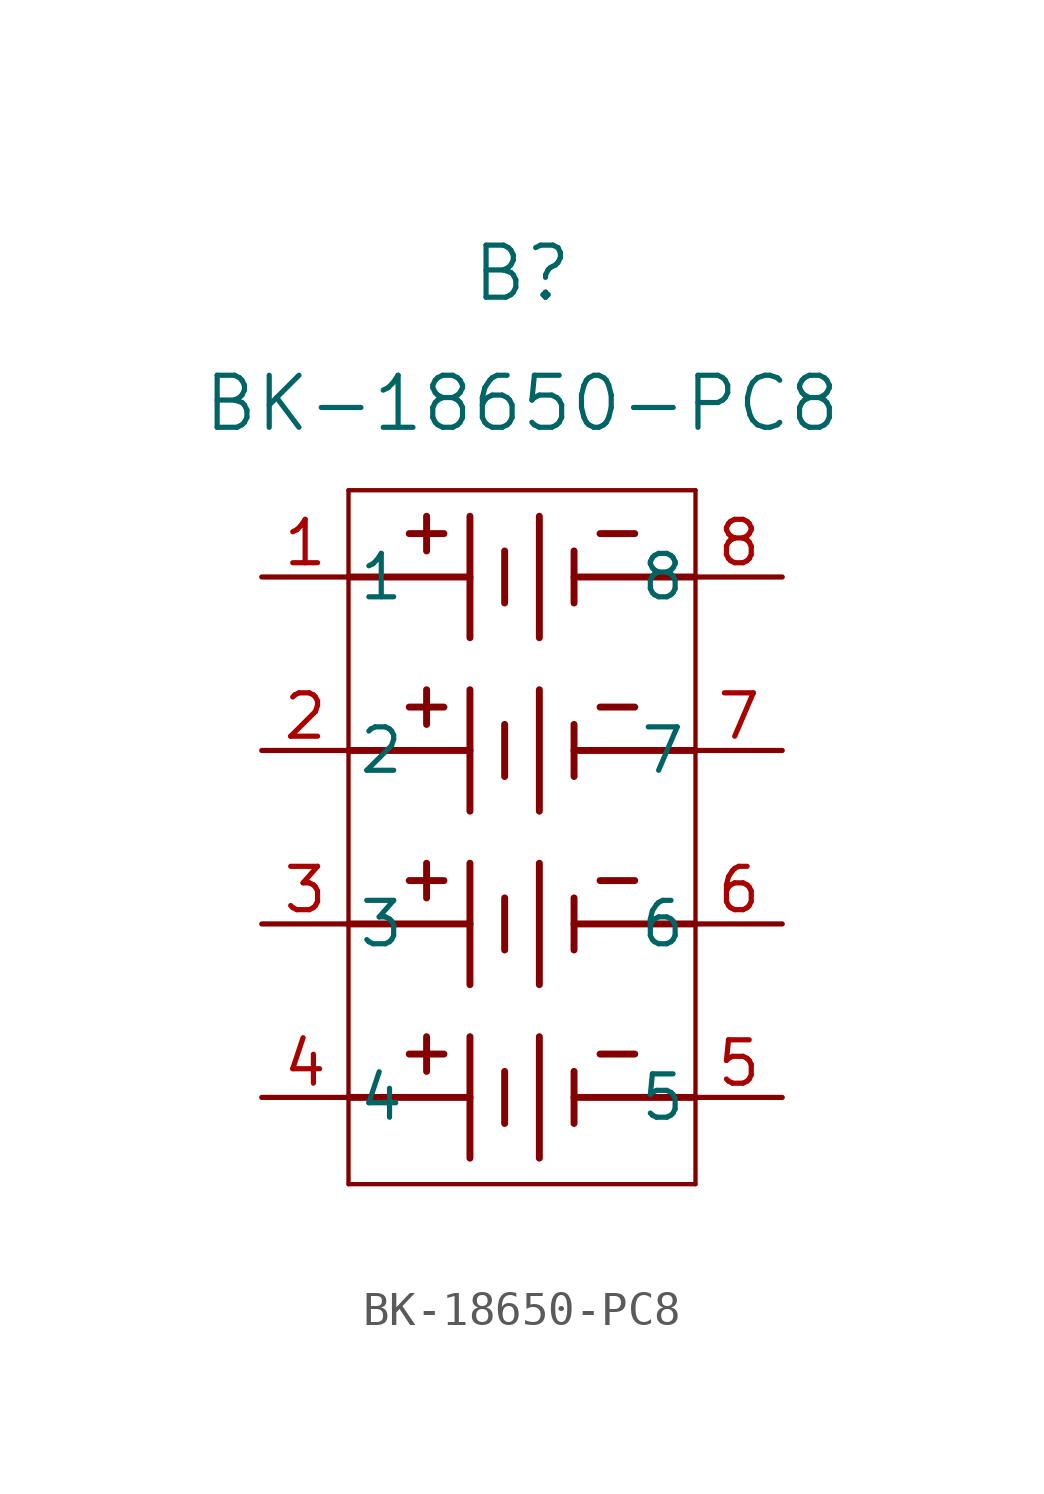
<source format=kicad_sym>
(kicad_symbol_lib
  (version 20211014)
  (generator kicad_symbol_editor)
  (symbol "BK-18650-PC8"
    (pin_names
      (offset 0.254))
    (property "Reference" "B"
      (at 7.62 8.89 0)
      (effects (font (size 1.524 1.524))))
    (property "Value" "BK-18650-PC8"
      (at 7.62 5.08 0)
      (effects (font (size 1.524 1.524))))
    (symbol "BK-18650-PC8_0_1"
      (polyline (pts (xy 9.144 0) (xy 12.7 0)) (stroke (width 0.203) (type default) (color 0 0 0 0)) (fill (type none)))
      (polyline (pts (xy 6.096 -1.778) (xy 6.096 1.778)) (stroke (width 0.203) (type default) (color 0 0 0 0)) (fill (type none)))
      (polyline (pts (xy 4.318 1.27) (xy 5.334 1.27)) (stroke (width 0.203) (type default) (color 0 0 0 0)) (fill (type none)))
      (polyline (pts (xy 2.54 2.54) (xy 2.54 -17.78)) (stroke (width 0.127) (type default) (color 0 0 0 0)) (fill (type none)))
      (polyline (pts (xy 8.128 -1.778) (xy 8.128 1.778)) (stroke (width 0.203) (type default) (color 0 0 0 0)) (fill (type none)))
      (polyline (pts (xy 9.144 0.762) (xy 9.144 -0.762)) (stroke (width 0.203) (type default) (color 0 0 0 0)) (fill (type none)))
      (polyline (pts (xy 7.112 0.762) (xy 7.112 -0.762)) (stroke (width 0.203) (type default) (color 0 0 0 0)) (fill (type none)))
      (polyline (pts (xy 9.906 1.27) (xy 10.922 1.27)) (stroke (width 0.203) (type default) (color 0 0 0 0)) (fill (type none)))
      (polyline (pts (xy 9.144 -10.16) (xy 12.7 -10.16)) (stroke (width 0.203) (type default) (color 0 0 0 0)) (fill (type none)))
      (polyline (pts (xy 12.7 -17.78) (xy 12.7 2.54)) (stroke (width 0.127) (type default) (color 0 0 0 0)) (fill (type none)))
      (polyline (pts (xy 12.7 2.54) (xy 2.54 2.54)) (stroke (width 0.127) (type default) (color 0 0 0 0)) (fill (type none)))
      (polyline (pts (xy 4.826 1.778) (xy 4.826 0.762)) (stroke (width 0.203) (type default) (color 0 0 0 0)) (fill (type none)))
      (polyline (pts (xy 2.54 0) (xy 6.096 0)) (stroke (width 0.203) (type default) (color 0 0 0 0)) (fill (type none)))
      (polyline (pts (xy 9.144 -5.08) (xy 12.7 -5.08)) (stroke (width 0.203) (type default) (color 0 0 0 0)) (fill (type none)))
      (polyline (pts (xy 6.096 -6.858) (xy 6.096 -3.302)) (stroke (width 0.203) (type default) (color 0 0 0 0)) (fill (type none)))
      (polyline (pts (xy 4.318 -3.81) (xy 5.334 -3.81)) (stroke (width 0.203) (type default) (color 0 0 0 0)) (fill (type none)))
      (polyline (pts (xy 8.128 -6.858) (xy 8.128 -3.302)) (stroke (width 0.203) (type default) (color 0 0 0 0)) (fill (type none)))
      (polyline (pts (xy 9.144 -4.318) (xy 9.144 -5.842)) (stroke (width 0.203) (type default) (color 0 0 0 0)) (fill (type none)))
      (polyline (pts (xy 7.112 -4.318) (xy 7.112 -5.842)) (stroke (width 0.203) (type default) (color 0 0 0 0)) (fill (type none)))
      (polyline (pts (xy 9.906 -3.81) (xy 10.922 -3.81)) (stroke (width 0.203) (type default) (color 0 0 0 0)) (fill (type none)))
      (polyline (pts (xy 4.826 -3.302) (xy 4.826 -4.318)) (stroke (width 0.203) (type default) (color 0 0 0 0)) (fill (type none)))
      (polyline (pts (xy 2.54 -5.08) (xy 6.096 -5.08)) (stroke (width 0.203) (type default) (color 0 0 0 0)) (fill (type none)))
      (polyline (pts (xy 6.096 -11.938) (xy 6.096 -8.382)) (stroke (width 0.203) (type default) (color 0 0 0 0)) (fill (type none)))
      (polyline (pts (xy 4.318 -8.89) (xy 5.334 -8.89)) (stroke (width 0.203) (type default) (color 0 0 0 0)) (fill (type none)))
      (polyline (pts (xy 8.128 -11.938) (xy 8.128 -8.382)) (stroke (width 0.203) (type default) (color 0 0 0 0)) (fill (type none)))
      (polyline (pts (xy 9.144 -9.398) (xy 9.144 -10.922)) (stroke (width 0.203) (type default) (color 0 0 0 0)) (fill (type none)))
      (polyline (pts (xy 7.112 -9.398) (xy 7.112 -10.922)) (stroke (width 0.203) (type default) (color 0 0 0 0)) (fill (type none)))
      (polyline (pts (xy 9.906 -8.89) (xy 10.922 -8.89)) (stroke (width 0.203) (type default) (color 0 0 0 0)) (fill (type none)))
      (polyline (pts (xy 4.826 -8.382) (xy 4.826 -9.398)) (stroke (width 0.203) (type default) (color 0 0 0 0)) (fill (type none)))
      (polyline (pts (xy 2.54 -10.16) (xy 6.096 -10.16)) (stroke (width 0.203) (type default) (color 0 0 0 0)) (fill (type none)))
      (polyline (pts (xy 9.144 -15.24) (xy 12.7 -15.24)) (stroke (width 0.203) (type default) (color 0 0 0 0)) (fill (type none)))
      (polyline (pts (xy 6.096 -17.018) (xy 6.096 -13.462)) (stroke (width 0.203) (type default) (color 0 0 0 0)) (fill (type none)))
      (polyline (pts (xy 4.318 -13.97) (xy 5.334 -13.97)) (stroke (width 0.203) (type default) (color 0 0 0 0)) (fill (type none)))
      (polyline (pts (xy 8.128 -17.018) (xy 8.128 -13.462)) (stroke (width 0.203) (type default) (color 0 0 0 0)) (fill (type none)))
      (polyline (pts (xy 9.144 -14.478) (xy 9.144 -16.002)) (stroke (width 0.203) (type default) (color 0 0 0 0)) (fill (type none)))
      (polyline (pts (xy 7.112 -14.478) (xy 7.112 -16.002)) (stroke (width 0.203) (type default) (color 0 0 0 0)) (fill (type none)))
      (polyline (pts (xy 9.906 -13.97) (xy 10.922 -13.97)) (stroke (width 0.203) (type default) (color 0 0 0 0)) (fill (type none)))
      (polyline (pts (xy 4.826 -13.462) (xy 4.826 -14.478)) (stroke (width 0.203) (type default) (color 0 0 0 0)) (fill (type none)))
      (polyline (pts (xy 2.54 -15.24) (xy 6.096 -15.24)) (stroke (width 0.203) (type default) (color 0 0 0 0)) (fill (type none)))
      (polyline (pts (xy 2.54 -17.78) (xy 12.7 -17.78)) (stroke (width 0.127) (type default) (color 0 0 0 0)) (fill (type none)))
      (pin unspecified line (at 0 0 0) (length 2.54) (name "1" (effects (font (size 1.27 1.27)))) (number "1" (effects (font (size 1.27 1.27)))))
      (pin unspecified line (at 0 -5.08 0) (length 2.54) (name "2" (effects (font (size 1.27 1.27)))) (number "2" (effects (font (size 1.27 1.27)))))
      (pin unspecified line (at 0 -10.16 0) (length 2.54) (name "3" (effects (font (size 1.27 1.27)))) (number "3" (effects (font (size 1.27 1.27)))))
      (pin unspecified line (at 0 -15.24 0) (length 2.54) (name "4" (effects (font (size 1.27 1.27)))) (number "4" (effects (font (size 1.27 1.27)))))
      (pin unspecified line (at 15.24 -15.24 180) (length 2.54) (name "5" (effects (font (size 1.27 1.27)))) (number "5" (effects (font (size 1.27 1.27)))))
      (pin unspecified line (at 15.24 -10.16 180) (length 2.54) (name "6" (effects (font (size 1.27 1.27)))) (number "6" (effects (font (size 1.27 1.27)))))
      (pin unspecified line (at 15.24 -5.08 180) (length 2.54) (name "7" (effects (font (size 1.27 1.27)))) (number "7" (effects (font (size 1.27 1.27)))))
      (pin unspecified line (at 15.24 0 180) (length 2.54) (name "8" (effects (font (size 1.27 1.27)))) (number "8" (effects (font (size 1.27 1.27))))))))
</source>
